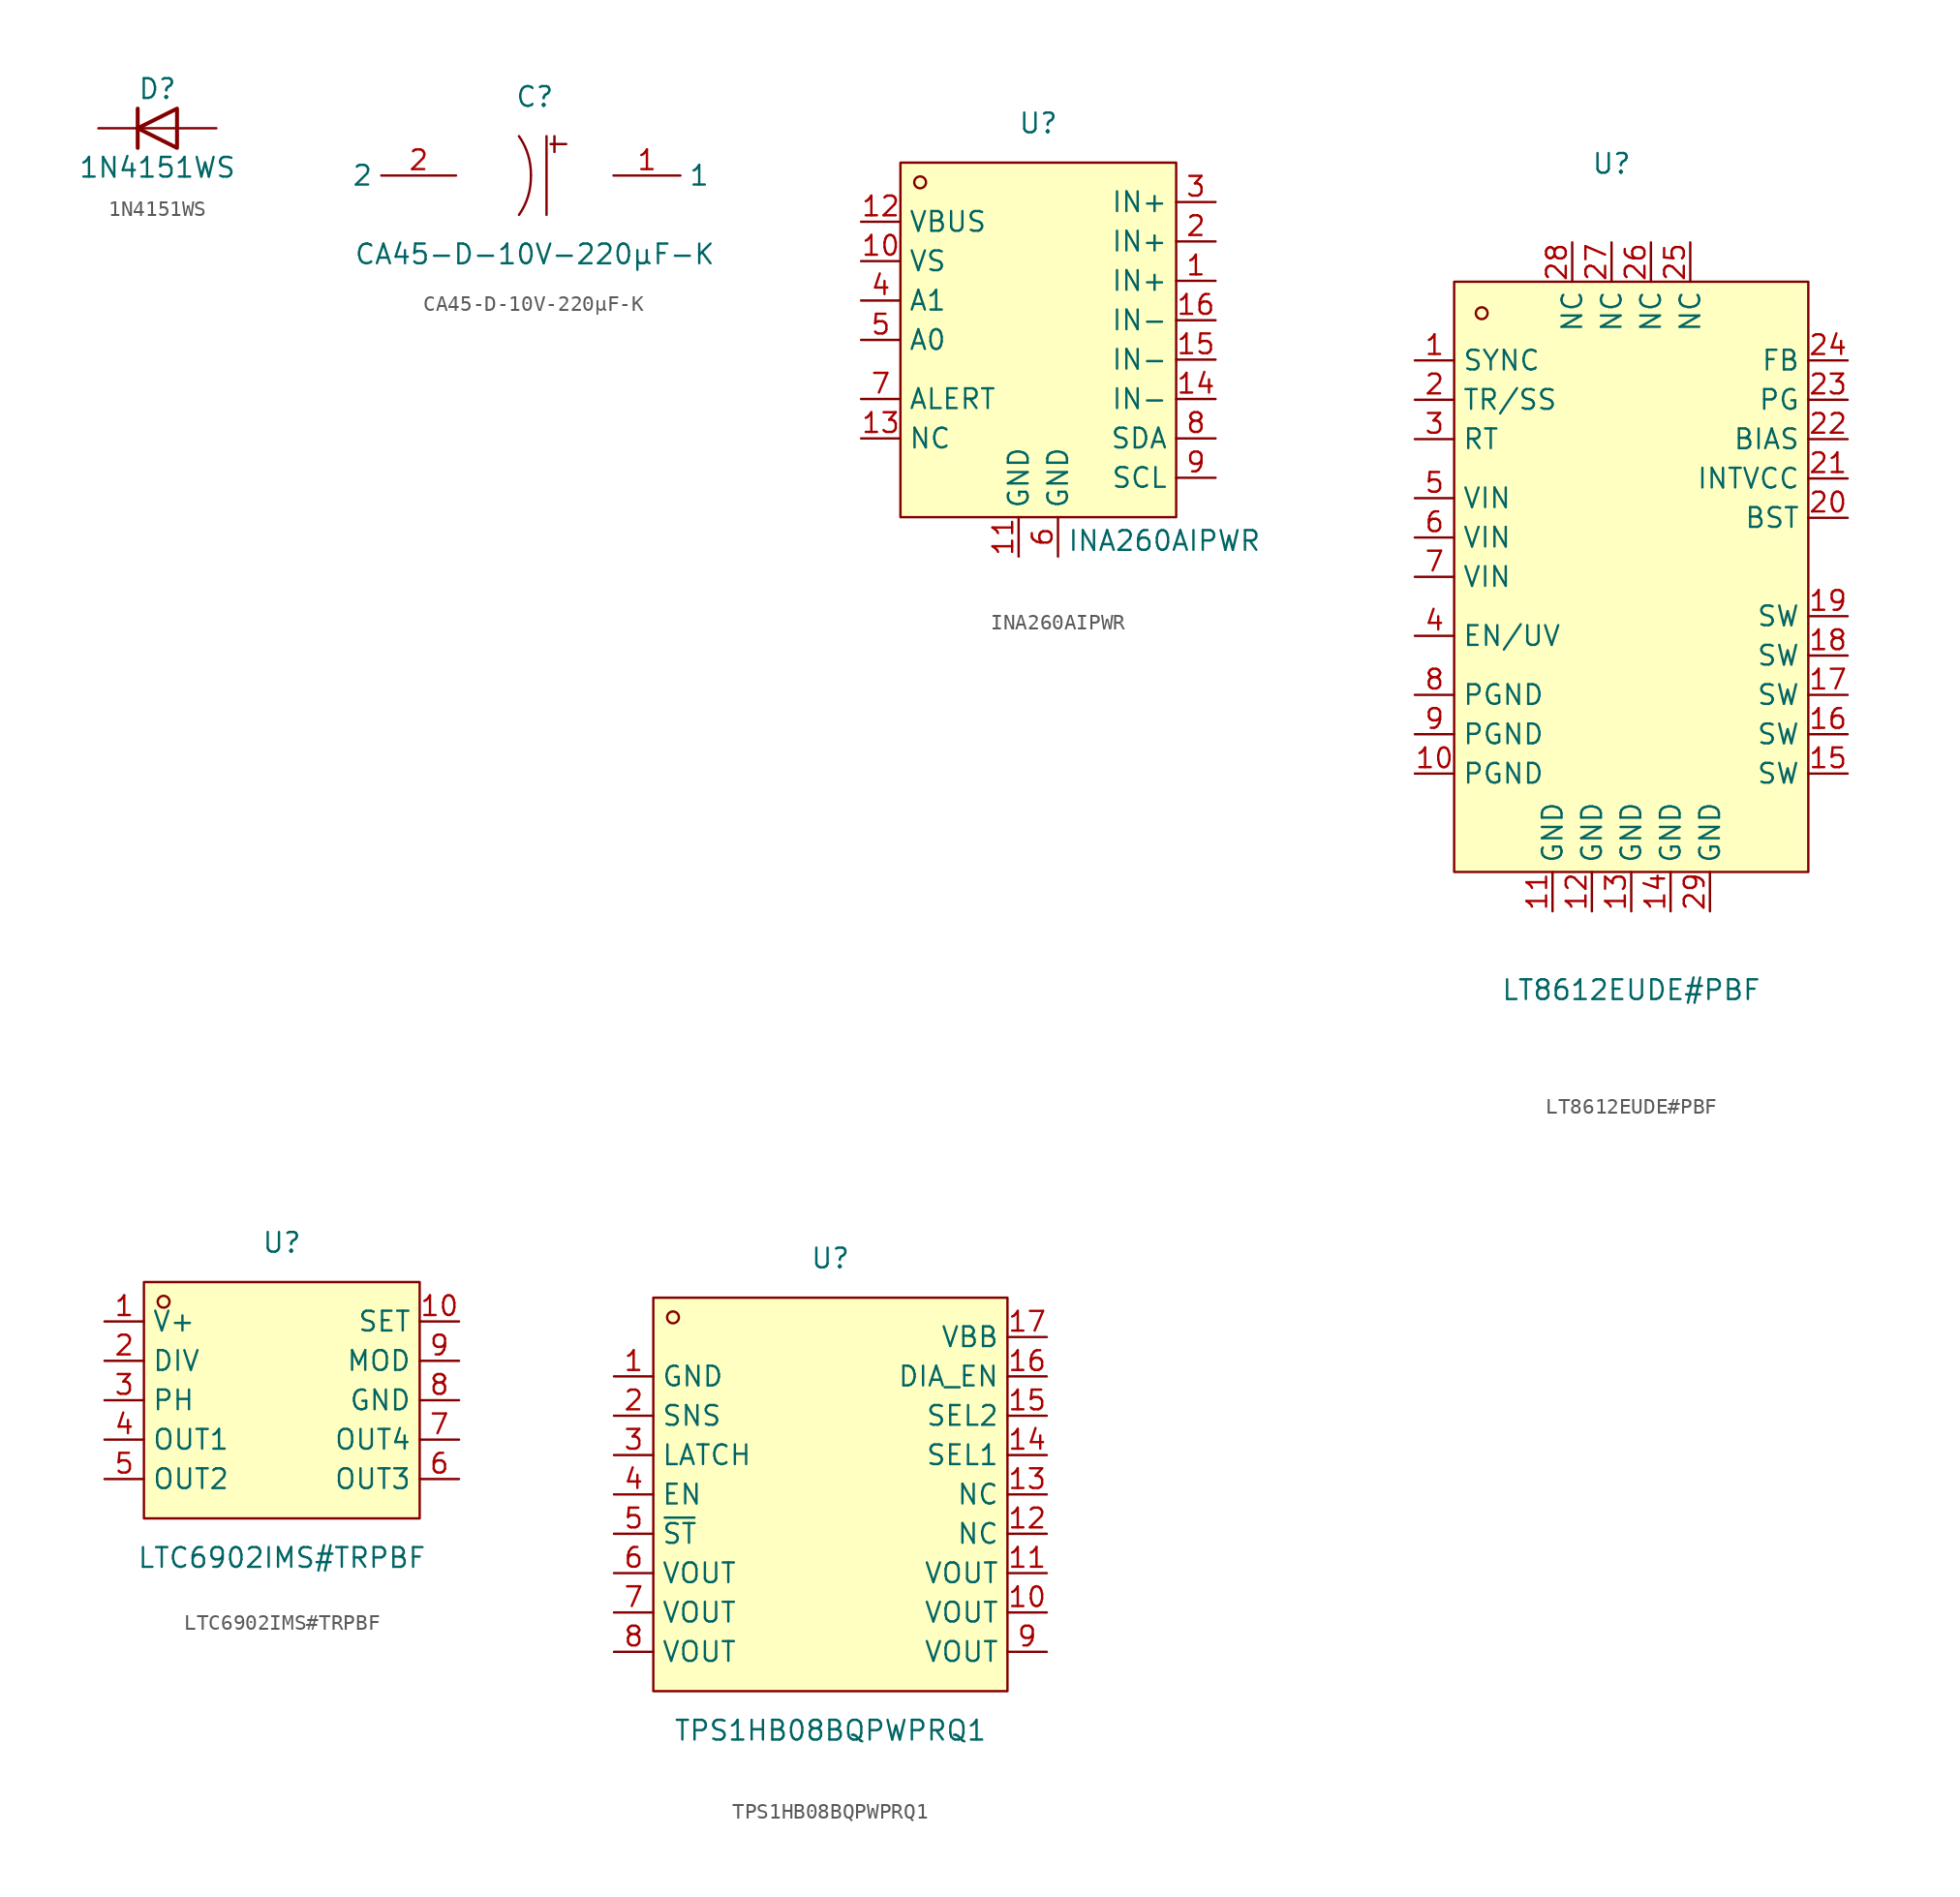
<source format=kicad_sym>
(kicad_symbol_lib
  (version 20241209)
  (generator "kicad_symbol_editor")
  (generator_version "9.0")
  (symbol "1N4151WS"
    (pin_numbers
      (hide yes))
    (pin_names
      (offset 1.016)
      (hide yes))
    (property "Reference" "D"
      (at 0 2.54 0)
      (effects (font (size 1.27 1.27))))
    (property "Value" "1N4151WS"
      (at 0 -2.54 0)
      (effects (font (size 1.27 1.27))))
    (symbol "1N4151WS_0_1"
      (polyline (pts (xy -1.27 1.27) (xy -1.27 -1.27)) (stroke (width 0.254) (type default)) (fill (type none)))
      (polyline (pts (xy 1.27 1.27) (xy 1.27 -1.27) (xy -1.27 0) (xy 1.27 1.27)) (stroke (width 0.254) (type default)) (fill (type none)))
      (polyline (pts (xy 1.27 0) (xy -1.27 0)) (stroke (width 0) (type default)) (fill (type none))))
    (symbol "1N4151WS_1_1"
      (pin passive line (at -3.81 0 0) (length 2.54) (name "K" (effects (font (size 1.27 1.27)))) (number "1" (effects (font (size 1.27 1.27)))))
      (pin passive line (at 3.81 0 180) (length 2.54) (name "A" (effects (font (size 1.27 1.27)))) (number "2" (effects (font (size 1.27 1.27)))))))
  (symbol "CA45-D-10V-220μF-K"
    (property "Reference" "C"
      (at 0 5.08 0)
      (effects (font (size 1.27 1.27))))
    (property "Value" "CA45-D-10V-220μF-K"
      (at 0 -5.08 0)
      (effects (font (size 1.27 1.27))))
    (symbol "CA45-D-10V-220μF-K_0_1"
      (arc (start -1.02 2.54) (mid -0.31 0.81) (end -0.25 0) (stroke (width 0) (type default)) (fill (type none)))
      (arc (start -0.25 0) (mid -0.27 -0.53) (end -1.02 -2.54) (stroke (width 0) (type default)) (fill (type none)))
      (polyline (pts (xy 0.76 2.54) (xy 0.76 -2.54)) (stroke (width 0) (type default)) (fill (type none)))
      (rectangle (start 1.02 2.03) (end 2.03 2.03) (stroke (width 0) (type default)) (fill (type background)))
      (rectangle (start 1.27 2.54) (end 1.27 1.52) (stroke (width 0) (type default)) (fill (type background)))
      (pin unspecified line (at -5.08 0 180) (length 4.826) (name "2" (effects (font (size 1.27 1.27)))) (number "2" (effects (font (size 1.27 1.27)))))
      (pin unspecified line (at 5.08 0 0) (length 4.318) (name "1" (effects (font (size 1.27 1.27)))) (number "1" (effects (font (size 1.27 1.27)))))))
  (symbol "INA260AIPWR"
    (property "Reference" "U"
      (at 0 13.97 0)
      (effects (font (size 1.27 1.27))))
    (property "Value" "INA260AIPWR"
      (at 8.128 -12.954 0)
      (effects (font (size 1.27 1.27))))
    (symbol "INA260AIPWR_0_1"
      (rectangle (start -8.89 11.43) (end 8.89 -11.43) (stroke (width 0) (type default)) (fill (type background)))
      (circle (center -7.62 10.16) (radius 0.38) (stroke (width 0) (type default)) (fill (type none)))
      (pin unspecified line (at -11.43 7.62 0) (length 2.54) (name "VBUS" (effects (font (size 1.27 1.27)))) (number "12" (effects (font (size 1.27 1.27)))))
      (pin unspecified line (at -11.43 5.08 0) (length 2.54) (name "VS" (effects (font (size 1.27 1.27)))) (number "10" (effects (font (size 1.27 1.27)))))
      (pin unspecified line (at -11.43 2.54 0) (length 2.54) (name "A1" (effects (font (size 1.27 1.27)))) (number "4" (effects (font (size 1.27 1.27)))))
      (pin unspecified line (at -11.43 0 0) (length 2.54) (name "A0" (effects (font (size 1.27 1.27)))) (number "5" (effects (font (size 1.27 1.27)))))
      (pin unspecified line (at -11.43 -3.81 0) (length 2.54) (name "ALERT" (effects (font (size 1.27 1.27)))) (number "7" (effects (font (size 1.27 1.27)))))
      (pin unspecified line (at -11.43 -6.35 0) (length 2.54) (name "NC" (effects (font (size 1.27 1.27)))) (number "13" (effects (font (size 1.27 1.27)))))
      (pin unspecified line (at -1.27 -13.97 90) (length 2.54) (name "GND" (effects (font (size 1.27 1.27)))) (number "11" (effects (font (size 1.27 1.27)))))
      (pin unspecified line (at 1.27 -13.97 90) (length 2.54) (name "GND" (effects (font (size 1.27 1.27)))) (number "6" (effects (font (size 1.27 1.27)))))
      (pin unspecified line (at 11.43 8.89 180) (length 2.54) (name "IN+" (effects (font (size 1.27 1.27)))) (number "3" (effects (font (size 1.27 1.27)))))
      (pin unspecified line (at 11.43 6.35 180) (length 2.54) (name "IN+" (effects (font (size 1.27 1.27)))) (number "2" (effects (font (size 1.27 1.27)))))
      (pin unspecified line (at 11.43 3.81 180) (length 2.54) (name "IN+" (effects (font (size 1.27 1.27)))) (number "1" (effects (font (size 1.27 1.27)))))
      (pin unspecified line (at 11.43 1.27 180) (length 2.54) (name "IN-" (effects (font (size 1.27 1.27)))) (number "16" (effects (font (size 1.27 1.27)))))
      (pin unspecified line (at 11.43 -1.27 180) (length 2.54) (name "IN-" (effects (font (size 1.27 1.27)))) (number "15" (effects (font (size 1.27 1.27)))))
      (pin unspecified line (at 11.43 -3.81 180) (length 2.54) (name "IN-" (effects (font (size 1.27 1.27)))) (number "14" (effects (font (size 1.27 1.27)))))
      (pin unspecified line (at 11.43 -6.35 180) (length 2.54) (name "SDA" (effects (font (size 1.27 1.27)))) (number "8" (effects (font (size 1.27 1.27)))))
      (pin unspecified line (at 11.43 -8.89 180) (length 2.54) (name "SCL" (effects (font (size 1.27 1.27)))) (number "9" (effects (font (size 1.27 1.27)))))))
  (symbol "LT8612EUDE#PBF"
    (property "Reference" "U"
      (at -1.27 24.13 0)
      (effects (font (size 1.27 1.27))))
    (property "Value" "LT8612EUDE#PBF"
      (at 0 -29.21 0)
      (effects (font (size 1.27 1.27))))
    (symbol "LT8612EUDE#PBF_0_1"
      (rectangle (start -11.43 16.51) (end 11.43 -21.59) (stroke (width 0) (type default)) (fill (type background)))
      (circle (center -9.652 14.478) (radius 0.38) (stroke (width 0) (type default)) (fill (type none)))
      (pin unspecified line (at -13.97 11.43 0) (length 2.54) (name "SYNC" (effects (font (size 1.27 1.27)))) (number "1" (effects (font (size 1.27 1.27)))))
      (pin unspecified line (at -13.97 8.89 0) (length 2.54) (name "TR/SS" (effects (font (size 1.27 1.27)))) (number "2" (effects (font (size 1.27 1.27)))))
      (pin unspecified line (at -13.97 6.35 0) (length 2.54) (name "RT" (effects (font (size 1.27 1.27)))) (number "3" (effects (font (size 1.27 1.27)))))
      (pin unspecified line (at -13.97 2.54 0) (length 2.54) (name "VIN" (effects (font (size 1.27 1.27)))) (number "5" (effects (font (size 1.27 1.27)))))
      (pin unspecified line (at -13.97 0 0) (length 2.54) (name "VIN" (effects (font (size 1.27 1.27)))) (number "6" (effects (font (size 1.27 1.27)))))
      (pin unspecified line (at -13.97 -2.54 0) (length 2.54) (name "VIN" (effects (font (size 1.27 1.27)))) (number "7" (effects (font (size 1.27 1.27)))))
      (pin unspecified line (at -13.97 -6.35 0) (length 2.54) (name "EN/UV" (effects (font (size 1.27 1.27)))) (number "4" (effects (font (size 1.27 1.27)))))
      (pin unspecified line (at -13.97 -10.16 0) (length 2.54) (name "PGND" (effects (font (size 1.27 1.27)))) (number "8" (effects (font (size 1.27 1.27)))))
      (pin unspecified line (at -13.97 -12.7 0) (length 2.54) (name "PGND" (effects (font (size 1.27 1.27)))) (number "9" (effects (font (size 1.27 1.27)))))
      (pin unspecified line (at -13.97 -15.24 0) (length 2.54) (name "PGND" (effects (font (size 1.27 1.27)))) (number "10" (effects (font (size 1.27 1.27)))))
      (pin unspecified line (at -5.08 -24.13 90) (length 2.54) (name "GND" (effects (font (size 1.27 1.27)))) (number "11" (effects (font (size 1.27 1.27)))))
      (pin unspecified line (at -3.81 19.05 270) (length 2.54) (name "NC" (effects (font (size 1.27 1.27)))) (number "28" (effects (font (size 1.27 1.27)))))
      (pin unspecified line (at -2.54 -24.13 90) (length 2.54) (name "GND" (effects (font (size 1.27 1.27)))) (number "12" (effects (font (size 1.27 1.27)))))
      (pin unspecified line (at -1.27 19.05 270) (length 2.54) (name "NC" (effects (font (size 1.27 1.27)))) (number "27" (effects (font (size 1.27 1.27)))))
      (pin unspecified line (at 0 -24.13 90) (length 2.54) (name "GND" (effects (font (size 1.27 1.27)))) (number "13" (effects (font (size 1.27 1.27)))))
      (pin unspecified line (at 1.27 19.05 270) (length 2.54) (name "NC" (effects (font (size 1.27 1.27)))) (number "26" (effects (font (size 1.27 1.27)))))
      (pin unspecified line (at 2.54 -24.13 90) (length 2.54) (name "GND" (effects (font (size 1.27 1.27)))) (number "14" (effects (font (size 1.27 1.27)))))
      (pin unspecified line (at 3.81 19.05 270) (length 2.54) (name "NC" (effects (font (size 1.27 1.27)))) (number "25" (effects (font (size 1.27 1.27)))))
      (pin unspecified line (at 5.08 -24.13 90) (length 2.54) (name "GND" (effects (font (size 1.27 1.27)))) (number "29" (effects (font (size 1.27 1.27)))))
      (pin unspecified line (at 13.97 11.43 180) (length 2.54) (name "FB" (effects (font (size 1.27 1.27)))) (number "24" (effects (font (size 1.27 1.27)))))
      (pin unspecified line (at 13.97 8.89 180) (length 2.54) (name "PG" (effects (font (size 1.27 1.27)))) (number "23" (effects (font (size 1.27 1.27)))))
      (pin unspecified line (at 13.97 6.35 180) (length 2.54) (name "BIAS" (effects (font (size 1.27 1.27)))) (number "22" (effects (font (size 1.27 1.27)))))
      (pin unspecified line (at 13.97 3.81 180) (length 2.54) (name "INTVCC" (effects (font (size 1.27 1.27)))) (number "21" (effects (font (size 1.27 1.27)))))
      (pin unspecified line (at 13.97 1.27 180) (length 2.54) (name "BST" (effects (font (size 1.27 1.27)))) (number "20" (effects (font (size 1.27 1.27)))))
      (pin unspecified line (at 13.97 -5.08 180) (length 2.54) (name "SW" (effects (font (size 1.27 1.27)))) (number "19" (effects (font (size 1.27 1.27)))))
      (pin unspecified line (at 13.97 -7.62 180) (length 2.54) (name "SW" (effects (font (size 1.27 1.27)))) (number "18" (effects (font (size 1.27 1.27)))))
      (pin unspecified line (at 13.97 -10.16 180) (length 2.54) (name "SW" (effects (font (size 1.27 1.27)))) (number "17" (effects (font (size 1.27 1.27)))))
      (pin unspecified line (at 13.97 -12.7 180) (length 2.54) (name "SW" (effects (font (size 1.27 1.27)))) (number "16" (effects (font (size 1.27 1.27)))))
      (pin unspecified line (at 13.97 -15.24 180) (length 2.54) (name "SW" (effects (font (size 1.27 1.27)))) (number "15" (effects (font (size 1.27 1.27)))))))
  (symbol "LTC6902IMS#TRPBF"
    (property "Reference" "U"
      (at 0 10.16 0)
      (effects (font (size 1.27 1.27))))
    (property "Value" "LTC6902IMS#TRPBF"
      (at 0 -10.16 0)
      (effects (font (size 1.27 1.27))))
    (symbol "LTC6902IMS#TRPBF_0_1"
      (rectangle (start -8.89 7.62) (end 8.89 -7.62) (stroke (width 0) (type default)) (fill (type background)))
      (circle (center -7.62 6.35) (radius 0.38) (stroke (width 0) (type default)) (fill (type none)))
      (pin unspecified line (at -11.43 5.08 0) (length 2.54) (name "V+" (effects (font (size 1.27 1.27)))) (number "1" (effects (font (size 1.27 1.27)))))
      (pin unspecified line (at -11.43 2.54 0) (length 2.54) (name "DIV" (effects (font (size 1.27 1.27)))) (number "2" (effects (font (size 1.27 1.27)))))
      (pin unspecified line (at -11.43 0 0) (length 2.54) (name "PH" (effects (font (size 1.27 1.27)))) (number "3" (effects (font (size 1.27 1.27)))))
      (pin unspecified line (at -11.43 -2.54 0) (length 2.54) (name "OUT1" (effects (font (size 1.27 1.27)))) (number "4" (effects (font (size 1.27 1.27)))))
      (pin unspecified line (at -11.43 -5.08 0) (length 2.54) (name "OUT2" (effects (font (size 1.27 1.27)))) (number "5" (effects (font (size 1.27 1.27)))))
      (pin unspecified line (at 11.43 5.08 180) (length 2.54) (name "SET" (effects (font (size 1.27 1.27)))) (number "10" (effects (font (size 1.27 1.27)))))
      (pin unspecified line (at 11.43 2.54 180) (length 2.54) (name "MOD" (effects (font (size 1.27 1.27)))) (number "9" (effects (font (size 1.27 1.27)))))
      (pin unspecified line (at 11.43 0 180) (length 2.54) (name "GND" (effects (font (size 1.27 1.27)))) (number "8" (effects (font (size 1.27 1.27)))))
      (pin unspecified line (at 11.43 -2.54 180) (length 2.54) (name "OUT4" (effects (font (size 1.27 1.27)))) (number "7" (effects (font (size 1.27 1.27)))))
      (pin unspecified line (at 11.43 -5.08 180) (length 2.54) (name "OUT3" (effects (font (size 1.27 1.27)))) (number "6" (effects (font (size 1.27 1.27)))))))
  (symbol "TPS1HB08BQPWPRQ1"
    (property "Reference" "U"
      (at 0 15.24 0)
      (effects (font (size 1.27 1.27))))
    (property "Value" "TPS1HB08BQPWPRQ1"
      (at 0 -15.24 0)
      (effects (font (size 1.27 1.27))))
    (symbol "TPS1HB08BQPWPRQ1_0_1"
      (rectangle (start -11.43 12.7) (end 11.43 -12.7) (stroke (width 0) (type default)) (fill (type background)))
      (circle (center -10.16 11.43) (radius 0.38) (stroke (width 0) (type default)) (fill (type none)))
      (pin unspecified line (at -13.97 7.62 0) (length 2.54) (name "GND" (effects (font (size 1.27 1.27)))) (number "1" (effects (font (size 1.27 1.27)))))
      (pin unspecified line (at -13.97 5.08 0) (length 2.54) (name "SNS" (effects (font (size 1.27 1.27)))) (number "2" (effects (font (size 1.27 1.27)))))
      (pin unspecified line (at -13.97 2.54 0) (length 2.54) (name "LATCH" (effects (font (size 1.27 1.27)))) (number "3" (effects (font (size 1.27 1.27)))))
      (pin unspecified line (at -13.97 0 0) (length 2.54) (name "EN" (effects (font (size 1.27 1.27)))) (number "4" (effects (font (size 1.27 1.27)))))
      (pin unspecified line (at -13.97 -5.08 0) (length 2.54) (name "VOUT" (effects (font (size 1.27 1.27)))) (number "6" (effects (font (size 1.27 1.27)))))
      (pin unspecified line (at -13.97 -7.62 0) (length 2.54) (name "VOUT" (effects (font (size 1.27 1.27)))) (number "7" (effects (font (size 1.27 1.27)))))
      (pin unspecified line (at -13.97 -10.16 0) (length 2.54) (name "VOUT" (effects (font (size 1.27 1.27)))) (number "8" (effects (font (size 1.27 1.27)))))
      (pin unspecified line (at 13.97 10.16 180) (length 2.54) (name "VBB" (effects (font (size 1.27 1.27)))) (number "17" (effects (font (size 1.27 1.27)))))
      (pin unspecified line (at 13.97 7.62 180) (length 2.54) (name "DIA_EN" (effects (font (size 1.27 1.27)))) (number "16" (effects (font (size 1.27 1.27)))))
      (pin unspecified line (at 13.97 2.54 180) (length 2.54) (name "SEL1" (effects (font (size 1.27 1.27)))) (number "14" (effects (font (size 1.27 1.27)))))
      (pin unspecified line (at 13.97 0 180) (length 2.54) (name "NC" (effects (font (size 1.27 1.27)))) (number "13" (effects (font (size 1.27 1.27)))))
      (pin unspecified line (at 13.97 -2.54 180) (length 2.54) (name "NC" (effects (font (size 1.27 1.27)))) (number "12" (effects (font (size 1.27 1.27)))))
      (pin unspecified line (at 13.97 -5.08 180) (length 2.54) (name "VOUT" (effects (font (size 1.27 1.27)))) (number "11" (effects (font (size 1.27 1.27)))))
      (pin unspecified line (at 13.97 -7.62 180) (length 2.54) (name "VOUT" (effects (font (size 1.27 1.27)))) (number "10" (effects (font (size 1.27 1.27)))))
      (pin unspecified line (at 13.97 -10.16 180) (length 2.54) (name "VOUT" (effects (font (size 1.27 1.27)))) (number "9" (effects (font (size 1.27 1.27))))))
    (symbol "TPS1HB08BQPWPRQ1_1_1"
      (pin unspecified line (at -13.97 -2.54 0) (length 2.54) (name "~{ST}" (effects (font (size 1.27 1.27)))) (number "5" (effects (font (size 1.27 1.27)))))
      (pin unspecified line (at 13.97 5.08 180) (length 2.54) (name "SEL2" (effects (font (size 1.27 1.27)))) (number "15" (effects (font (size 1.27 1.27))))))))
</source>
